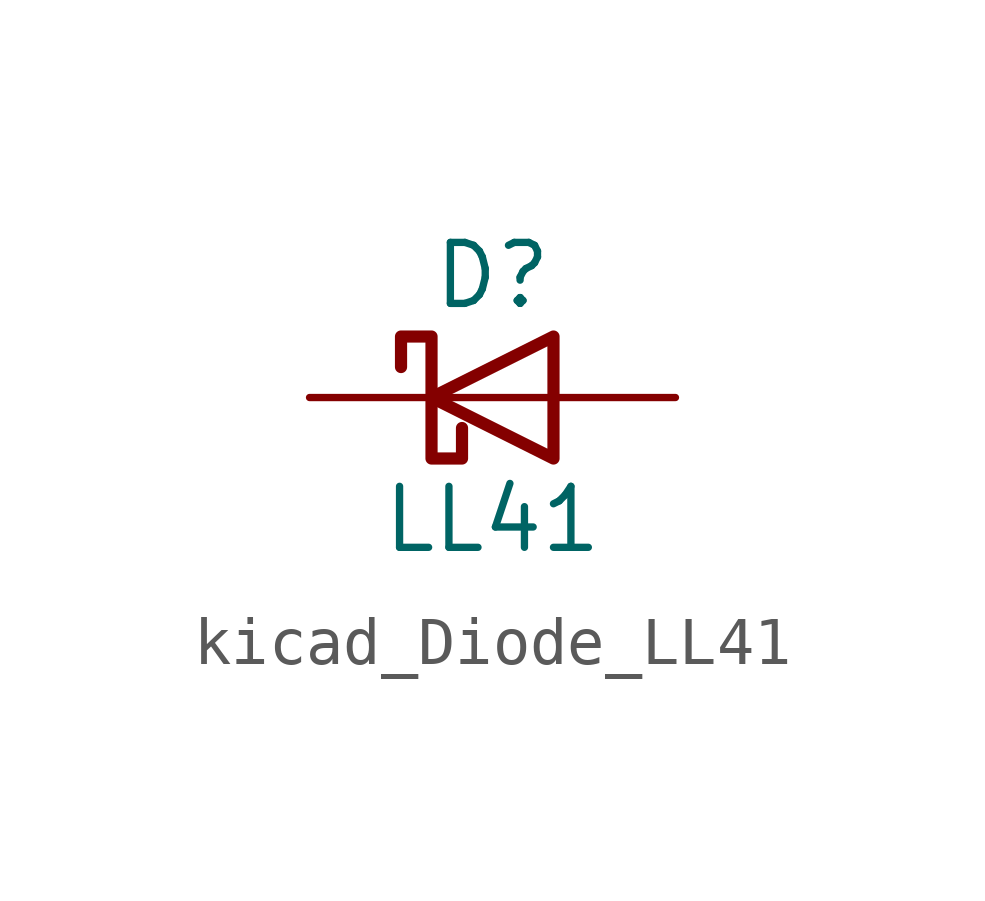
<source format=kicad_sym>
(kicad_symbol_lib
  (version 20220914)
  (generator kicad_symbol_editor)
  (symbol "kicad_Diode_LL41"
    (pin_numbers hide)
    (pin_names
      (offset 1.016) hide)
    (property "Reference" "D"
      (at 0 2.54 0)
      (effects (font (size 1.27 1.27))))
    (property "Value" "LL41"
      (at 0 -2.54 0)
      (effects (font (size 1.27 1.27))))
    (symbol "kicad_Diode_LL41_0_1"
      (polyline (pts (xy 1.27 0) (xy -1.27 0)) (stroke (width 0) (type default)) (fill (type none)))
      (polyline (pts (xy 1.27 1.27) (xy 1.27 -1.27) (xy -1.27 0) (xy 1.27 1.27)) (stroke (width 0.254) (type default)) (fill (type none)))
      (polyline (pts (xy -1.905 0.635) (xy -1.905 1.27) (xy -1.27 1.27) (xy -1.27 -1.27) (xy -0.635 -1.27) (xy -0.635 -0.635)) (stroke (width 0.254) (type default)) (fill (type none))))
    (symbol "kicad_Diode_LL41_1_1"
      (pin passive line (at -3.81 0 0) (length 2.54) (name "K" (effects (font (size 1.27 1.27)))) (number "1" (effects (font (size 1.27 1.27)))))
      (pin passive line (at 3.81 0 180) (length 2.54) (name "A" (effects (font (size 1.27 1.27)))) (number "2" (effects (font (size 1.27 1.27))))))))
</source>
